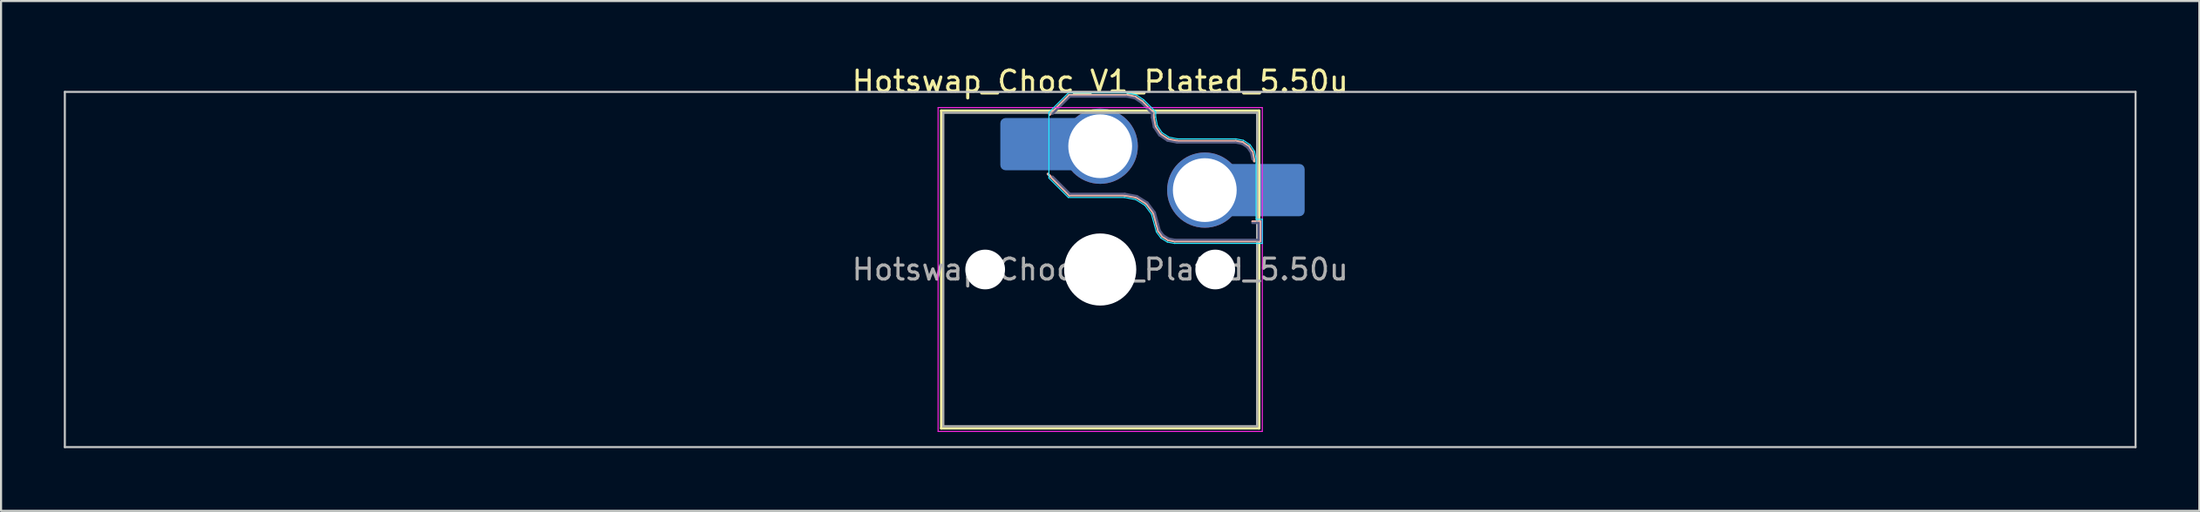
<source format=kicad_pcb>
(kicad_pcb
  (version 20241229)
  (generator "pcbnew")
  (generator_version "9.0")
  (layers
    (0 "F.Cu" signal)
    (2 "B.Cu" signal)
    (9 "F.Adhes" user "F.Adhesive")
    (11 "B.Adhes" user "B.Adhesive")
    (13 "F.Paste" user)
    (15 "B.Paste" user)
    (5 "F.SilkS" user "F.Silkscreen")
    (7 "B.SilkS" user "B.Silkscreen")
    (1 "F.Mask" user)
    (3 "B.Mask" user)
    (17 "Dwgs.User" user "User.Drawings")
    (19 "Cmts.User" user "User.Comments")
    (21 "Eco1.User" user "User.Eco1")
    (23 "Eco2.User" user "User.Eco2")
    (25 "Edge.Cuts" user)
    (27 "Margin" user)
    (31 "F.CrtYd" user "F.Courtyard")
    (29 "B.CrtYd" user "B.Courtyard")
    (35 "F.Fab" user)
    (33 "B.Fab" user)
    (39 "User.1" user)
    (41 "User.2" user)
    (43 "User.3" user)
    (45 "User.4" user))
  (footprint "Hotswap_Choc_V1_Plated_5.50u"
    (layer "F.Cu")
    (at 49.55 9.848)
    (property "Reference" "Hotswap_Choc_V1_Plated_5.50u" (at 0 -9 0) (layer "F.SilkS") (effects (font (size 1 1) (thickness 0.15))))
    (attr smd)
    (fp_line (start -7.6 -7.6) (end -7.6 7.6) (stroke (width 0.12) (type solid)) (layer "F.SilkS"))
    (fp_line (start -7.6 7.6) (end 7.6 7.6) (stroke (width 0.12) (type solid)) (layer "F.SilkS"))
    (fp_line (start 7.6 -7.6) (end -7.6 -7.6) (stroke (width 0.12) (type solid)) (layer "F.SilkS"))
    (fp_line (start 7.6 7.6) (end 7.6 -7.6) (stroke (width 0.12) (type solid)) (layer "F.SilkS"))
    (fp_line (start -2.416 -7.409) (end -1.479 -8.346) (stroke (width 0.12) (type solid)) (layer "B.SilkS"))
    (fp_line (start -1.479 -8.346) (end 1.268 -8.346) (stroke (width 0.12) (type solid)) (layer "B.SilkS"))
    (fp_line (start -1.479 -3.554) (end -2.5 -4.575) (stroke (width 0.12) (type solid)) (layer "B.SilkS"))
    (fp_line (start 1.168 -3.554) (end -1.479 -3.554) (stroke (width 0.12) (type solid)) (layer "B.SilkS"))
    (fp_line (start 1.268 -8.346) (end 1.671 -8.266) (stroke (width 0.12) (type solid)) (layer "B.SilkS"))
    (fp_line (start 1.671 -8.266) (end 2.013 -8.037) (stroke (width 0.12) (type solid)) (layer "B.SilkS"))
    (fp_line (start 1.73 -3.449) (end 1.168 -3.554) (stroke (width 0.12) (type solid)) (layer "B.SilkS"))
    (fp_line (start 2.013 -8.037) (end 2.546 -7.504) (stroke (width 0.12) (type solid)) (layer "B.SilkS"))
    (fp_line (start 2.209 -3.15) (end 1.73 -3.449) (stroke (width 0.12) (type solid)) (layer "B.SilkS"))
    (fp_line (start 2.546 -7.504) (end 2.546 -7.282) (stroke (width 0.12) (type solid)) (layer "B.SilkS"))
    (fp_line (start 2.546 -7.282) (end 2.633 -6.844) (stroke (width 0.12) (type solid)) (layer "B.SilkS"))
    (fp_line (start 2.547 -2.697) (end 2.209 -3.15) (stroke (width 0.12) (type solid)) (layer "B.SilkS"))
    (fp_line (start 2.633 -6.844) (end 2.877 -6.477) (stroke (width 0.12) (type solid)) (layer "B.SilkS"))
    (fp_line (start 2.701 -2.139) (end 2.547 -2.697) (stroke (width 0.12) (type solid)) (layer "B.SilkS"))
    (fp_line (start 2.783 -1.841) (end 2.701 -2.139) (stroke (width 0.12) (type solid)) (layer "B.SilkS"))
    (fp_line (start 2.877 -6.477) (end 3.244 -6.233) (stroke (width 0.12) (type solid)) (layer "B.SilkS"))
    (fp_line (start 2.976 -1.583) (end 2.783 -1.841) (stroke (width 0.12) (type solid)) (layer "B.SilkS"))
    (fp_line (start 3.244 -6.233) (end 3.682 -6.146) (stroke (width 0.12) (type solid)) (layer "B.SilkS"))
    (fp_line (start 3.25 -1.413) (end 2.976 -1.583) (stroke (width 0.12) (type solid)) (layer "B.SilkS"))
    (fp_line (start 3.56 -1.354) (end 3.25 -1.413) (stroke (width 0.12) (type solid)) (layer "B.SilkS"))
    (fp_line (start 3.682 -6.146) (end 6.482 -6.146) (stroke (width 0.12) (type solid)) (layer "B.SilkS"))
    (fp_line (start 6.482 -6.146) (end 6.809 -6.081) (stroke (width 0.12) (type solid)) (layer "B.SilkS"))
    (fp_line (start 6.809 -6.081) (end 7.092 -5.892) (stroke (width 0.12) (type solid)) (layer "B.SilkS"))
    (fp_line (start 7.092 -5.892) (end 7.281 -5.609) (stroke (width 0.12) (type solid)) (layer "B.SilkS"))
    (fp_line (start 7.281 -5.609) (end 7.366 -5.182) (stroke (width 0.12) (type solid)) (layer "B.SilkS"))
    (fp_line (start 7.283 -2.296) (end 7.646 -2.296) (stroke (width 0.12) (type solid)) (layer "B.SilkS"))
    (fp_line (start 7.646 -2.296) (end 7.646 -1.354) (stroke (width 0.12) (type solid)) (layer "B.SilkS"))
    (fp_line (start 7.646 -1.354) (end 3.56 -1.354) (stroke (width 0.12) (type solid)) (layer "B.SilkS"))
    (fp_line (start -49.5 -8.5) (end -49.5 8.5) (stroke (width 0.1) (type solid)) (layer "Dwgs.User"))
    (fp_line (start -49.5 8.5) (end 49.5 8.5) (stroke (width 0.1) (type solid)) (layer "Dwgs.User"))
    (fp_line (start 49.5 -8.5) (end -49.5 -8.5) (stroke (width 0.1) (type solid)) (layer "Dwgs.User"))
    (fp_line (start 49.5 8.5) (end 49.5 -8.5) (stroke (width 0.1) (type solid)) (layer "Dwgs.User"))
    (fp_line (start -7.25 -7.25) (end -7.25 7.25) (stroke (width 0.1) (type solid)) (layer "Eco1.User"))
    (fp_line (start -7.25 7.25) (end 7.25 7.25) (stroke (width 0.1) (type solid)) (layer "Eco1.User"))
    (fp_line (start 7.25 -7.25) (end -7.25 -7.25) (stroke (width 0.1) (type solid)) (layer "Eco1.User"))
    (fp_line (start 7.25 7.25) (end 7.25 -7.25) (stroke (width 0.1) (type solid)) (layer "Eco1.User"))
    (fp_line (start -2.452 -7.523) (end -1.523 -8.452) (stroke (width 0.05) (type solid)) (layer "B.CrtYd"))
    (fp_line (start -2.452 -4.377) (end -2.452 -7.523) (stroke (width 0.05) (type solid)) (layer "B.CrtYd"))
    (fp_line (start -1.523 -8.452) (end 1.278 -8.452) (stroke (width 0.05) (type solid)) (layer "B.CrtYd"))
    (fp_line (start -1.523 -3.448) (end -2.452 -4.377) (stroke (width 0.05) (type solid)) (layer "B.CrtYd"))
    (fp_line (start 1.159 -3.448) (end -1.523 -3.448) (stroke (width 0.05) (type solid)) (layer "B.CrtYd"))
    (fp_line (start 1.278 -8.452) (end 1.712 -8.366) (stroke (width 0.05) (type solid)) (layer "B.CrtYd"))
    (fp_line (start 1.691 -3.348) (end 1.159 -3.448) (stroke (width 0.05) (type solid)) (layer "B.CrtYd"))
    (fp_line (start 1.712 -8.366) (end 2.081 -8.119) (stroke (width 0.05) (type solid)) (layer "B.CrtYd"))
    (fp_line (start 2.081 -8.119) (end 2.652 -7.548) (stroke (width 0.05) (type solid)) (layer "B.CrtYd"))
    (fp_line (start 2.136 -3.071) (end 1.691 -3.348) (stroke (width 0.05) (type solid)) (layer "B.CrtYd"))
    (fp_line (start 2.45 -2.65) (end 2.136 -3.071) (stroke (width 0.05) (type solid)) (layer "B.CrtYd"))
    (fp_line (start 2.599 -2.111) (end 2.45 -2.65) (stroke (width 0.05) (type solid)) (layer "B.CrtYd"))
    (fp_line (start 2.652 -7.548) (end 2.652 -7.292) (stroke (width 0.05) (type solid)) (layer "B.CrtYd"))
    (fp_line (start 2.652 -7.292) (end 2.733 -6.885) (stroke (width 0.05) (type solid)) (layer "B.CrtYd"))
    (fp_line (start 2.687 -1.794) (end 2.599 -2.111) (stroke (width 0.05) (type solid)) (layer "B.CrtYd"))
    (fp_line (start 2.733 -6.885) (end 2.953 -6.553) (stroke (width 0.05) (type solid)) (layer "B.CrtYd"))
    (fp_line (start 2.903 -1.503) (end 2.687 -1.794) (stroke (width 0.05) (type solid)) (layer "B.CrtYd"))
    (fp_line (start 2.953 -6.553) (end 3.285 -6.333) (stroke (width 0.05) (type solid)) (layer "B.CrtYd"))
    (fp_line (start 3.211 -1.312) (end 2.903 -1.503) (stroke (width 0.05) (type solid)) (layer "B.CrtYd"))
    (fp_line (start 3.285 -6.333) (end 3.692 -6.252) (stroke (width 0.05) (type solid)) (layer "B.CrtYd"))
    (fp_line (start 3.55 -1.248) (end 3.211 -1.312) (stroke (width 0.05) (type solid)) (layer "B.CrtYd"))
    (fp_line (start 3.692 -6.252) (end 6.492 -6.252) (stroke (width 0.05) (type solid)) (layer "B.CrtYd"))
    (fp_line (start 6.492 -6.252) (end 6.85 -6.181) (stroke (width 0.05) (type solid)) (layer "B.CrtYd"))
    (fp_line (start 6.85 -6.181) (end 7.168 -5.968) (stroke (width 0.05) (type solid)) (layer "B.CrtYd"))
    (fp_line (start 7.168 -5.968) (end 7.381 -5.65) (stroke (width 0.05) (type solid)) (layer "B.CrtYd"))
    (fp_line (start 7.381 -5.65) (end 7.452 -5.292) (stroke (width 0.05) (type solid)) (layer "B.CrtYd"))
    (fp_line (start 7.452 -5.292) (end 7.452 -2.402) (stroke (width 0.05) (type solid)) (layer "B.CrtYd"))
    (fp_line (start 7.452 -2.402) (end 7.752 -2.402) (stroke (width 0.05) (type solid)) (layer "B.CrtYd"))
    (fp_line (start 7.752 -2.402) (end 7.752 -1.248) (stroke (width 0.05) (type solid)) (layer "B.CrtYd"))
    (fp_line (start 7.752 -1.248) (end 3.55 -1.248) (stroke (width 0.05) (type solid)) (layer "B.CrtYd"))
    (fp_line (start -7.75 -7.75) (end -7.75 7.75) (stroke (width 0.05) (type solid)) (layer "F.CrtYd"))
    (fp_line (start -7.75 7.75) (end 7.75 7.75) (stroke (width 0.05) (type solid)) (layer "F.CrtYd"))
    (fp_line (start 7.75 -7.75) (end -7.75 -7.75) (stroke (width 0.05) (type solid)) (layer "F.CrtYd"))
    (fp_line (start 7.75 7.75) (end 7.75 -7.75) (stroke (width 0.05) (type solid)) (layer "F.CrtYd"))
    (fp_line (start -2.275 -7.45) (end -1.45 -8.275) (stroke (width 0.1) (type solid)) (layer "B.Fab"))
    (fp_line (start -1.45 -8.275) (end 1.261 -8.275) (stroke (width 0.1) (type solid)) (layer "B.Fab"))
    (fp_line (start -1.45 -3.625) (end -2.275 -4.45) (stroke (width 0.1) (type solid)) (layer "B.Fab"))
    (fp_line (start 1.175 -3.625) (end -1.45 -3.625) (stroke (width 0.1) (type solid)) (layer "B.Fab"))
    (fp_line (start 1.261 -8.275) (end 1.643 -8.199) (stroke (width 0.1) (type solid)) (layer "B.Fab"))
    (fp_line (start 1.643 -8.199) (end 1.968 -7.982) (stroke (width 0.1) (type solid)) (layer "B.Fab"))
    (fp_line (start 1.756 -3.516) (end 1.175 -3.625) (stroke (width 0.1) (type solid)) (layer "B.Fab"))
    (fp_line (start 1.968 -7.982) (end 2.475 -7.475) (stroke (width 0.1) (type solid)) (layer "B.Fab"))
    (fp_line (start 2.258 -3.203) (end 1.756 -3.516) (stroke (width 0.1) (type solid)) (layer "B.Fab"))
    (fp_line (start 2.475 -7.475) (end 2.475 -7.275) (stroke (width 0.1) (type solid)) (layer "B.Fab"))
    (fp_line (start 2.475 -7.275) (end 2.566 -6.816) (stroke (width 0.1) (type solid)) (layer "B.Fab"))
    (fp_line (start 2.566 -6.816) (end 2.826 -6.426) (stroke (width 0.1) (type solid)) (layer "B.Fab"))
    (fp_line (start 2.612 -2.729) (end 2.258 -3.203) (stroke (width 0.1) (type solid)) (layer "B.Fab"))
    (fp_line (start 2.769 -2.158) (end 2.612 -2.729) (stroke (width 0.1) (type solid)) (layer "B.Fab"))
    (fp_line (start 2.826 -6.426) (end 3.216 -6.166) (stroke (width 0.1) (type solid)) (layer "B.Fab"))
    (fp_line (start 2.848 -1.873) (end 2.769 -2.158) (stroke (width 0.1) (type solid)) (layer "B.Fab"))
    (fp_line (start 3.025 -1.636) (end 2.848 -1.873) (stroke (width 0.1) (type solid)) (layer "B.Fab"))
    (fp_line (start 3.216 -6.166) (end 3.675 -6.075) (stroke (width 0.1) (type solid)) (layer "B.Fab"))
    (fp_line (start 3.276 -1.48) (end 3.025 -1.636) (stroke (width 0.1) (type solid)) (layer "B.Fab"))
    (fp_line (start 3.567 -1.425) (end 3.276 -1.48) (stroke (width 0.1) (type solid)) (layer "B.Fab"))
    (fp_line (start 3.675 -6.075) (end 6.475 -6.075) (stroke (width 0.1) (type solid)) (layer "B.Fab"))
    (fp_line (start 6.475 -6.075) (end 6.781 -6.014) (stroke (width 0.1) (type solid)) (layer "B.Fab"))
    (fp_line (start 6.781 -6.014) (end 7.041 -5.841) (stroke (width 0.1) (type solid)) (layer "B.Fab"))
    (fp_line (start 7.041 -5.841) (end 7.214 -5.581) (stroke (width 0.1) (type solid)) (layer "B.Fab"))
    (fp_line (start 7.214 -5.581) (end 7.275 -5.275) (stroke (width 0.1) (type solid)) (layer "B.Fab"))
    (fp_line (start 7.275 -2.225) (end 7.575 -2.225) (stroke (width 0.1) (type solid)) (layer "B.Fab"))
    (fp_line (start 7.575 -2.225) (end 7.575 -1.425) (stroke (width 0.1) (type solid)) (layer "B.Fab"))
    (fp_line (start 7.575 -1.425) (end 3.567 -1.425) (stroke (width 0.1) (type solid)) (layer "B.Fab"))
    (fp_line (start -7.5 -7.5) (end -7.5 7.5) (stroke (width 0.1) (type solid)) (layer "F.Fab"))
    (fp_line (start -7.5 7.5) (end 7.5 7.5) (stroke (width 0.1) (type solid)) (layer "F.Fab"))
    (fp_line (start 7.5 -7.5) (end -7.5 -7.5) (stroke (width 0.1) (type solid)) (layer "F.Fab"))
    (fp_line (start 7.5 7.5) (end 7.5 -7.5) (stroke (width 0.1) (type solid)) (layer "F.Fab"))
    (fp_text user "${REFERENCE}" (at 0 0 0) (layer "F.Fab") (effects (font (size 1 1) (thickness 0.15))))
    (pad "" np_thru_hole circle (at -5.5 0) (size 1.9 1.9) (drill 1.9) (layers "*.Cu" "*.Mask"))
    (pad "" smd roundrect (at -3.5 -6) (size 2.55 2.5) (layers "B.Mask" "B.Paste") (roundrect_rratio 0.1))
    (pad "" np_thru_hole circle (at 0 0) (size 3.45 3.45) (drill 3.45) (layers "*.Cu" "*.Mask"))
    (pad "" np_thru_hole circle (at 5.5 0) (size 1.9 1.9) (drill 1.9) (layers "*.Cu" "*.Mask"))
    (pad "" smd roundrect (at 8.5 -3.8) (size 2.55 2.5) (layers "B.Mask" "B.Paste") (roundrect_rratio 0.1))
    (pad "1" smd roundrect (at -2.85 -6) (size 3.85 2.5) (layers "B.Cu") (roundrect_rratio 0.1))
    (pad "1" thru_hole circle (at 0 -5.9) (size 3.6 3.6) (drill 3.05) (layers "*.Cu" "*.Mask"))
    (pad "2" thru_hole circle (at 5 -3.8) (size 3.6 3.6) (drill 3.05) (layers "*.Cu" "*.Mask"))
    (pad "2" smd roundrect (at 7.85 -3.8) (size 3.85 2.5) (layers "B.Cu") (roundrect_rratio 0.1)))
  (gr_rect
    (start -3 -3)
    (end 102.1 21.398)
    (stroke (width 0.1) (type default))
    (fill no)
    (layer "Edge.Cuts")))
</source>
